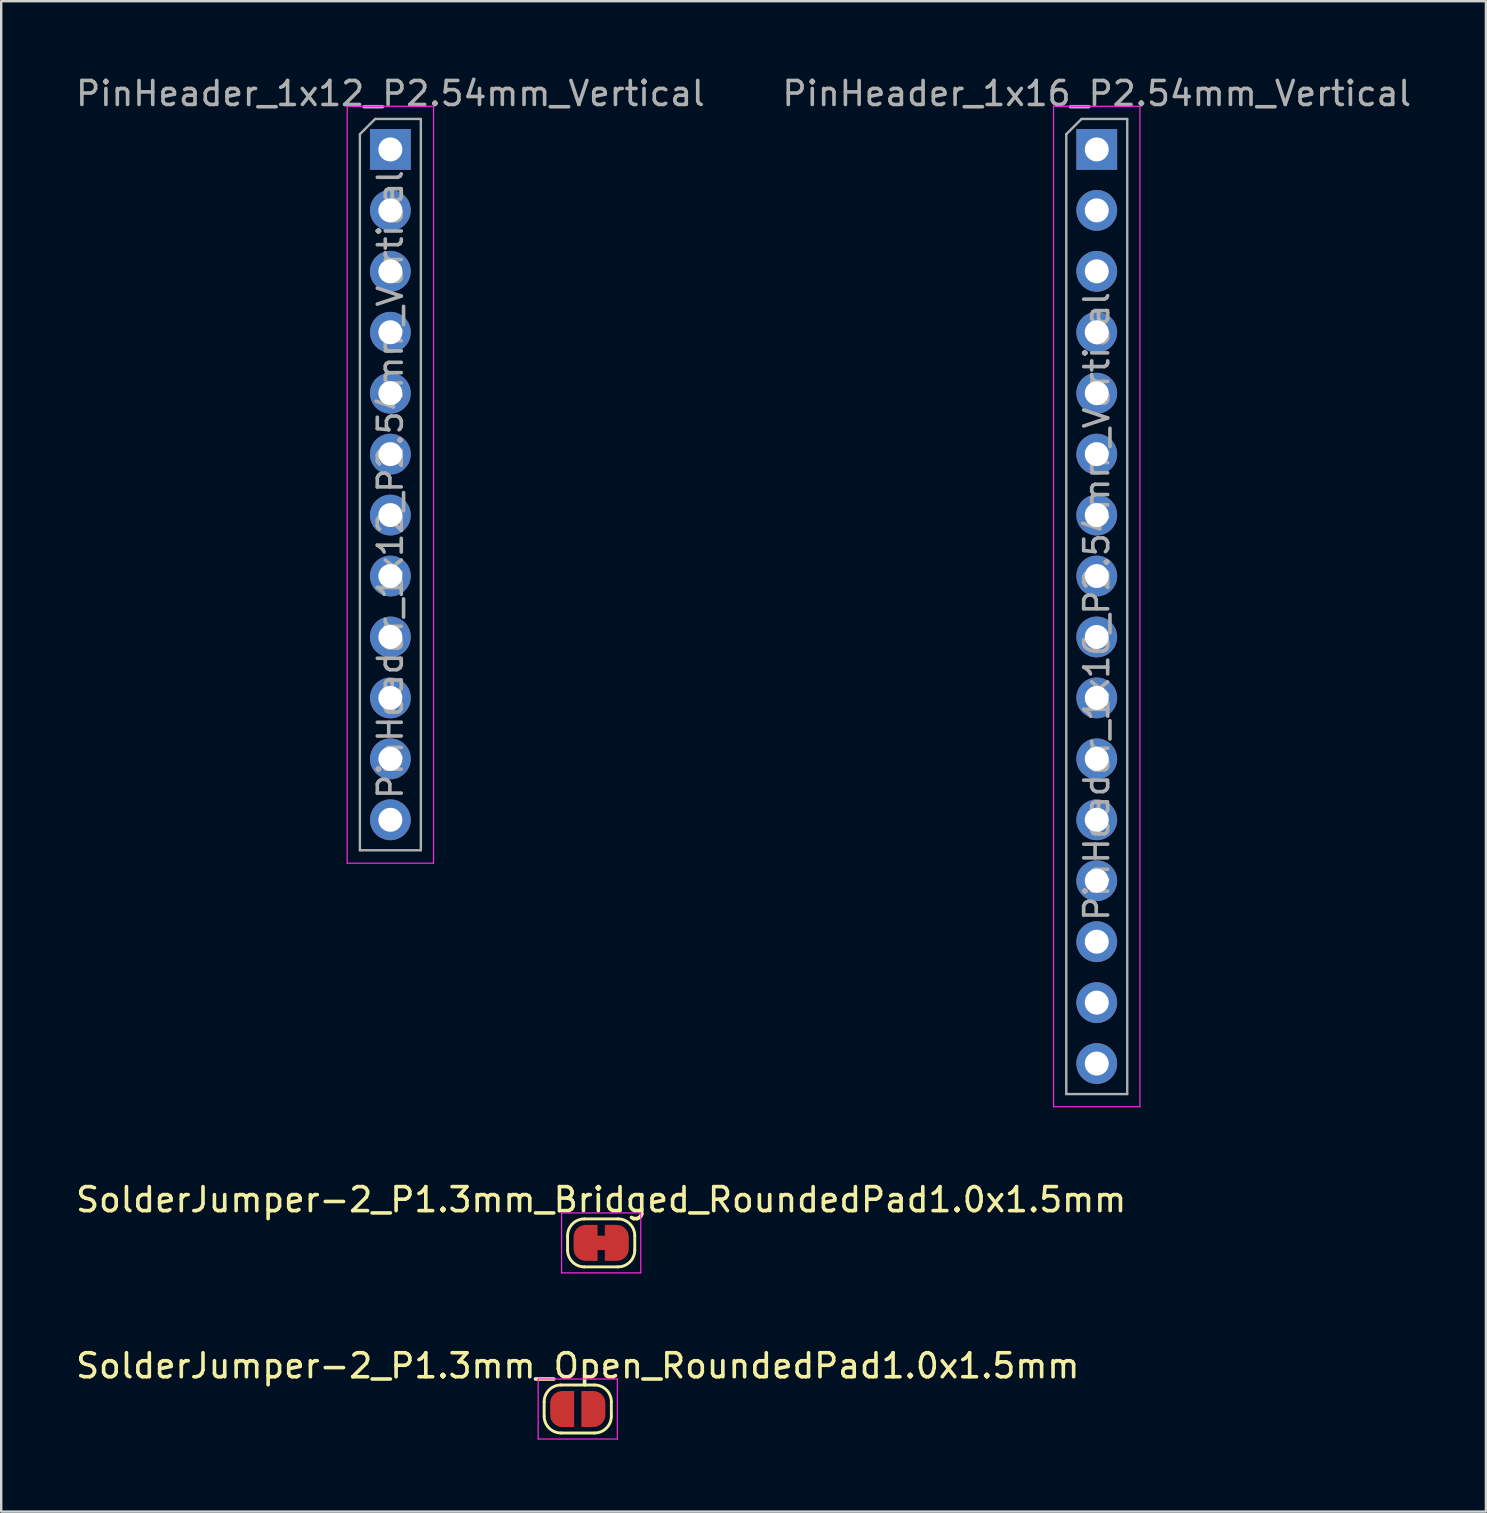
<source format=kicad_pcb>
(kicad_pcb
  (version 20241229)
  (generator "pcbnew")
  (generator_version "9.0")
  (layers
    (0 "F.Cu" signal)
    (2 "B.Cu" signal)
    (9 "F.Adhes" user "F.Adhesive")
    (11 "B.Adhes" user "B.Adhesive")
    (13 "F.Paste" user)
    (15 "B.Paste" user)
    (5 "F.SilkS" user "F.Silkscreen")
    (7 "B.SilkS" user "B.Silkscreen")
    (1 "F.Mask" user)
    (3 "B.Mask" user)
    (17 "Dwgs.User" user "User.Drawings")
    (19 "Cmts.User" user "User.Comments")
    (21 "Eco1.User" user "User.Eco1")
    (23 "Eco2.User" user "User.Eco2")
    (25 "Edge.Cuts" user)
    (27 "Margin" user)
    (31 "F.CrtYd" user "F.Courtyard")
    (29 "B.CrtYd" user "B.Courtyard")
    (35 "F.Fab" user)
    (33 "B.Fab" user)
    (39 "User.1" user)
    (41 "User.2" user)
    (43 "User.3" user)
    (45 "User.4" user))
  (footprint "SolderJumper-2_P1.3mm_Open_RoundedPad1.0x1.5mm"
    (layer "F.Cu")
    (at 21.03 55.675)
    (property "Reference" "SolderJumper-2_P1.3mm_Open_RoundedPad1.0x1.5mm" (at 0 -1.8 0) (layer "F.SilkS") (effects (font (size 1 1) (thickness 0.15))))
    (attr exclude_from_pos_files exclude_from_bom)
    (fp_poly (pts (xy -0.25 0.75) (xy 0.25 0.75) (xy 0.25 -0.75) (xy -0.25 -0.75)) (stroke (width 0) (type solid)) (fill yes) (layer "F.Mask"))
    (fp_line (start -1.4 0.3) (end -1.4 -0.3) (stroke (width 0.12) (type solid)) (layer "F.SilkS"))
    (fp_line (start -0.7 -1) (end 0.7 -1) (stroke (width 0.12) (type solid)) (layer "F.SilkS"))
    (fp_line (start 0.7 1) (end -0.7 1) (stroke (width 0.12) (type solid)) (layer "F.SilkS"))
    (fp_line (start 1.4 -0.3) (end 1.4 0.3) (stroke (width 0.12) (type solid)) (layer "F.SilkS"))
    (fp_arc (start -1.4 -0.3) (mid -1.194975 -0.794975) (end -0.7 -1) (stroke (width 0.12) (type solid)) (layer "F.SilkS"))
    (fp_arc (start -0.7 1) (mid -1.194975 0.794975) (end -1.4 0.3) (stroke (width 0.12) (type solid)) (layer "F.SilkS"))
    (fp_arc (start 0.7 -1) (mid 1.194975 -0.794975) (end 1.4 -0.3) (stroke (width 0.12) (type solid)) (layer "F.SilkS"))
    (fp_arc (start 1.4 0.3) (mid 1.194975 0.794975) (end 0.7 1) (stroke (width 0.12) (type solid)) (layer "F.SilkS"))
    (fp_line (start -1.65 -1.25) (end -1.65 1.25) (stroke (width 0.05) (type solid)) (layer "F.CrtYd"))
    (fp_line (start -1.65 -1.25) (end 1.65 -1.25) (stroke (width 0.05) (type solid)) (layer "F.CrtYd"))
    (fp_line (start 1.65 1.25) (end -1.65 1.25) (stroke (width 0.05) (type solid)) (layer "F.CrtYd"))
    (fp_line (start 1.65 1.25) (end 1.65 -1.25) (stroke (width 0.05) (type solid)) (layer "F.CrtYd"))
    (pad "1" smd custom (at -0.65 0) (size 1 0.5) (layers "F.Cu" "F.Mask") (options (anchor rect)) (primitives (gr_circle (center 0 0.25) (end 0.5 0.25) (width 0) (fill yes)) (gr_circle (center 0 -0.25) (end 0.5 -0.25) (width 0) (fill yes)) (gr_poly (pts (xy 0.5 0.75) (xy 0 0.75) (xy 0 -0.75) (xy 0.5 -0.75)) (width 0) (fill yes))))
    (pad "2" smd custom (at 0.65 0) (size 1 0.5) (layers "F.Cu" "F.Mask") (options (anchor rect)) (primitives (gr_circle (center 0 0.25) (end 0.5 0.25) (width 0) (fill yes)) (gr_circle (center 0 -0.25) (end 0.5 -0.25) (width 0) (fill yes)) (gr_poly (pts (xy 0 0.75) (xy -0.5 0.75) (xy -0.5 -0.75) (xy 0 -0.75)) (width 0) (fill yes)))))
  (footprint "PinHeader_1x12_P2.54mm_Vertical"
    (layer "F.Cu")
    (at 13.22 3.178)
    (property "Reference" "PinHeader_1x12_P2.54mm_Vertical" (at 0 -2.33 0) (layer "F.Fab") (effects (font (size 1 1) (thickness 0.15))))
    (attr through_hole)
    (fp_line (start -1.8 -1.8) (end -1.8 29.75) (stroke (width 0.05) (type solid)) (layer "F.CrtYd"))
    (fp_line (start -1.8 29.75) (end 1.8 29.75) (stroke (width 0.05) (type solid)) (layer "F.CrtYd"))
    (fp_line (start 1.8 -1.8) (end -1.8 -1.8) (stroke (width 0.05) (type solid)) (layer "F.CrtYd"))
    (fp_line (start 1.8 29.75) (end 1.8 -1.8) (stroke (width 0.05) (type solid)) (layer "F.CrtYd"))
    (fp_line (start -1.27 -0.635) (end -0.635 -1.27) (stroke (width 0.1) (type solid)) (layer "F.Fab"))
    (fp_line (start -1.27 29.21) (end -1.27 -0.635) (stroke (width 0.1) (type solid)) (layer "F.Fab"))
    (fp_line (start -0.635 -1.27) (end 1.27 -1.27) (stroke (width 0.1) (type solid)) (layer "F.Fab"))
    (fp_line (start 1.27 -1.27) (end 1.27 29.21) (stroke (width 0.1) (type solid)) (layer "F.Fab"))
    (fp_line (start 1.27 29.21) (end -1.27 29.21) (stroke (width 0.1) (type solid)) (layer "F.Fab"))
    (fp_text user "${REFERENCE}" (at 0 13.97 90) (layer "F.Fab") (effects (font (size 1 1) (thickness 0.15))))
    (pad "1" thru_hole rect (at 0 0) (size 1.7 1.7) (drill 1) (layers "*.Cu" "*.Mask"))
    (pad "2" thru_hole oval (at 0 2.54) (size 1.7 1.7) (drill 1) (layers "*.Cu" "*.Mask"))
    (pad "3" thru_hole oval (at 0 5.08) (size 1.7 1.7) (drill 1) (layers "*.Cu" "*.Mask"))
    (pad "4" thru_hole oval (at 0 7.62) (size 1.7 1.7) (drill 1) (layers "*.Cu" "*.Mask"))
    (pad "5" thru_hole oval (at 0 10.16) (size 1.7 1.7) (drill 1) (layers "*.Cu" "*.Mask"))
    (pad "6" thru_hole oval (at 0 12.7) (size 1.7 1.7) (drill 1) (layers "*.Cu" "*.Mask"))
    (pad "7" thru_hole oval (at 0 15.24) (size 1.7 1.7) (drill 1) (layers "*.Cu" "*.Mask"))
    (pad "8" thru_hole oval (at 0 17.78) (size 1.7 1.7) (drill 1) (layers "*.Cu" "*.Mask"))
    (pad "9" thru_hole oval (at 0 20.32) (size 1.7 1.7) (drill 1) (layers "*.Cu" "*.Mask"))
    (pad "10" thru_hole oval (at 0 22.86) (size 1.7 1.7) (drill 1) (layers "*.Cu" "*.Mask"))
    (pad "11" thru_hole oval (at 0 25.4) (size 1.7 1.7) (drill 1) (layers "*.Cu" "*.Mask"))
    (pad "12" thru_hole oval (at 0 27.94) (size 1.7 1.7) (drill 1) (layers "*.Cu" "*.Mask")))
  (footprint "SolderJumper-2_P1.3mm_Bridged_RoundedPad1.0x1.5mm"
    (layer "F.Cu")
    (at 22.006 48.752)
    (property "Reference" "SolderJumper-2_P1.3mm_Bridged_RoundedPad1.0x1.5mm" (at 0 -1.8 0) (layer "F.SilkS") (effects (font (size 1 1) (thickness 0.15))))
    (attr exclude_from_pos_files exclude_from_bom)
    (fp_poly (pts (xy 0.25 -0.3) (xy -0.25 -0.3) (xy -0.25 0.3) (xy 0.25 0.3)) (stroke (width 0) (type solid)) (fill yes) (layer "F.Cu"))
    (fp_poly (pts (xy -0.15 0.75) (xy 0.15 0.75) (xy 0.15 -0.75) (xy -0.15 -0.75)) (stroke (width 0) (type solid)) (fill yes) (layer "F.Mask"))
    (fp_line (start -1.4 0.3) (end -1.4 -0.3) (stroke (width 0.12) (type solid)) (layer "F.SilkS"))
    (fp_line (start -0.7 -1) (end 0.7 -1) (stroke (width 0.12) (type solid)) (layer "F.SilkS"))
    (fp_line (start 0.7 1) (end -0.7 1) (stroke (width 0.12) (type solid)) (layer "F.SilkS"))
    (fp_line (start 1.4 -0.3) (end 1.4 0.3) (stroke (width 0.12) (type solid)) (layer "F.SilkS"))
    (fp_arc (start -1.4 -0.3) (mid -1.194975 -0.794975) (end -0.7 -1) (stroke (width 0.12) (type solid)) (layer "F.SilkS"))
    (fp_arc (start -0.7 1) (mid -1.194975 0.794975) (end -1.4 0.3) (stroke (width 0.12) (type solid)) (layer "F.SilkS"))
    (fp_arc (start 0.7 -1) (mid 1.194975 -0.794975) (end 1.4 -0.3) (stroke (width 0.12) (type solid)) (layer "F.SilkS"))
    (fp_arc (start 1.4 0.3) (mid 1.194975 0.794975) (end 0.7 1) (stroke (width 0.12) (type solid)) (layer "F.SilkS"))
    (fp_line (start -1.65 -1.25) (end -1.65 1.25) (stroke (width 0.05) (type solid)) (layer "F.CrtYd"))
    (fp_line (start -1.65 -1.25) (end 1.65 -1.25) (stroke (width 0.05) (type solid)) (layer "F.CrtYd"))
    (fp_line (start 1.65 1.25) (end -1.65 1.25) (stroke (width 0.05) (type solid)) (layer "F.CrtYd"))
    (fp_line (start 1.65 1.25) (end 1.65 -1.25) (stroke (width 0.05) (type solid)) (layer "F.CrtYd"))
    (pad "1" smd custom (at -0.65 0) (size 1 0.5) (layers "F.Cu" "F.Mask") (options (anchor rect)) (primitives (gr_circle (center 0 0.25) (end 0.5 0.25) (width 0) (fill yes)) (gr_circle (center 0 -0.25) (end 0.5 -0.25) (width 0) (fill yes)) (gr_poly (pts (xy 0.5 0.75) (xy 0 0.75) (xy 0 -0.75) (xy 0.5 -0.75)) (width 0) (fill yes))))
    (pad "2" smd custom (at 0.65 0) (size 1 0.5) (layers "F.Cu" "F.Mask") (options (anchor rect)) (primitives (gr_circle (center 0 0.25) (end 0.5 0.25) (width 0) (fill yes)) (gr_circle (center 0 -0.25) (end 0.5 -0.25) (width 0) (fill yes)) (gr_poly (pts (xy 0 0.75) (xy -0.5 0.75) (xy -0.5 -0.75) (xy 0 -0.75)) (width 0) (fill yes)))))
  (footprint "PinHeader_1x16_P2.54mm_Vertical"
    (layer "F.Cu")
    (at 42.661 3.178)
    (property "Reference" "PinHeader_1x16_P2.54mm_Vertical" (at 0 -2.33 0) (layer "F.Fab") (effects (font (size 1 1) (thickness 0.15))))
    (attr through_hole)
    (fp_line (start -1.8 -1.8) (end -1.8 39.9) (stroke (width 0.05) (type solid)) (layer "F.CrtYd"))
    (fp_line (start -1.8 39.9) (end 1.8 39.9) (stroke (width 0.05) (type solid)) (layer "F.CrtYd"))
    (fp_line (start 1.8 -1.8) (end -1.8 -1.8) (stroke (width 0.05) (type solid)) (layer "F.CrtYd"))
    (fp_line (start 1.8 39.9) (end 1.8 -1.8) (stroke (width 0.05) (type solid)) (layer "F.CrtYd"))
    (fp_line (start -1.27 -0.635) (end -0.635 -1.27) (stroke (width 0.1) (type solid)) (layer "F.Fab"))
    (fp_line (start -1.27 39.37) (end -1.27 -0.635) (stroke (width 0.1) (type solid)) (layer "F.Fab"))
    (fp_line (start -0.635 -1.27) (end 1.27 -1.27) (stroke (width 0.1) (type solid)) (layer "F.Fab"))
    (fp_line (start 1.27 -1.27) (end 1.27 39.37) (stroke (width 0.1) (type solid)) (layer "F.Fab"))
    (fp_line (start 1.27 39.37) (end -1.27 39.37) (stroke (width 0.1) (type solid)) (layer "F.Fab"))
    (fp_text user "${REFERENCE}" (at 0 19.05 90) (layer "F.Fab") (effects (font (size 1 1) (thickness 0.15))))
    (pad "1" thru_hole rect (at 0 0) (size 1.7 1.7) (drill 1) (layers "*.Cu" "*.Mask"))
    (pad "2" thru_hole oval (at 0 2.54) (size 1.7 1.7) (drill 1) (layers "*.Cu" "*.Mask"))
    (pad "3" thru_hole oval (at 0 5.08) (size 1.7 1.7) (drill 1) (layers "*.Cu" "*.Mask"))
    (pad "4" thru_hole oval (at 0 7.62) (size 1.7 1.7) (drill 1) (layers "*.Cu" "*.Mask"))
    (pad "5" thru_hole oval (at 0 10.16) (size 1.7 1.7) (drill 1) (layers "*.Cu" "*.Mask"))
    (pad "6" thru_hole oval (at 0 12.7) (size 1.7 1.7) (drill 1) (layers "*.Cu" "*.Mask"))
    (pad "7" thru_hole oval (at 0 15.24) (size 1.7 1.7) (drill 1) (layers "*.Cu" "*.Mask"))
    (pad "8" thru_hole oval (at 0 17.78) (size 1.7 1.7) (drill 1) (layers "*.Cu" "*.Mask"))
    (pad "9" thru_hole oval (at 0 20.32) (size 1.7 1.7) (drill 1) (layers "*.Cu" "*.Mask"))
    (pad "10" thru_hole oval (at 0 22.86) (size 1.7 1.7) (drill 1) (layers "*.Cu" "*.Mask"))
    (pad "11" thru_hole oval (at 0 25.4) (size 1.7 1.7) (drill 1) (layers "*.Cu" "*.Mask"))
    (pad "12" thru_hole oval (at 0 27.94) (size 1.7 1.7) (drill 1) (layers "*.Cu" "*.Mask"))
    (pad "13" thru_hole oval (at 0 30.48) (size 1.7 1.7) (drill 1) (layers "*.Cu" "*.Mask"))
    (pad "14" thru_hole oval (at 0 33.02) (size 1.7 1.7) (drill 1) (layers "*.Cu" "*.Mask"))
    (pad "15" thru_hole oval (at 0 35.56) (size 1.7 1.7) (drill 1) (layers "*.Cu" "*.Mask"))
    (pad "16" thru_hole oval (at 0 38.1) (size 1.7 1.7) (drill 1) (layers "*.Cu" "*.Mask")))
  (gr_rect
    (start -3 -3)
    (end 58.881 59.95)
    (stroke (width 0.1) (type default))
    (fill no)
    (layer "Edge.Cuts")))
</source>
